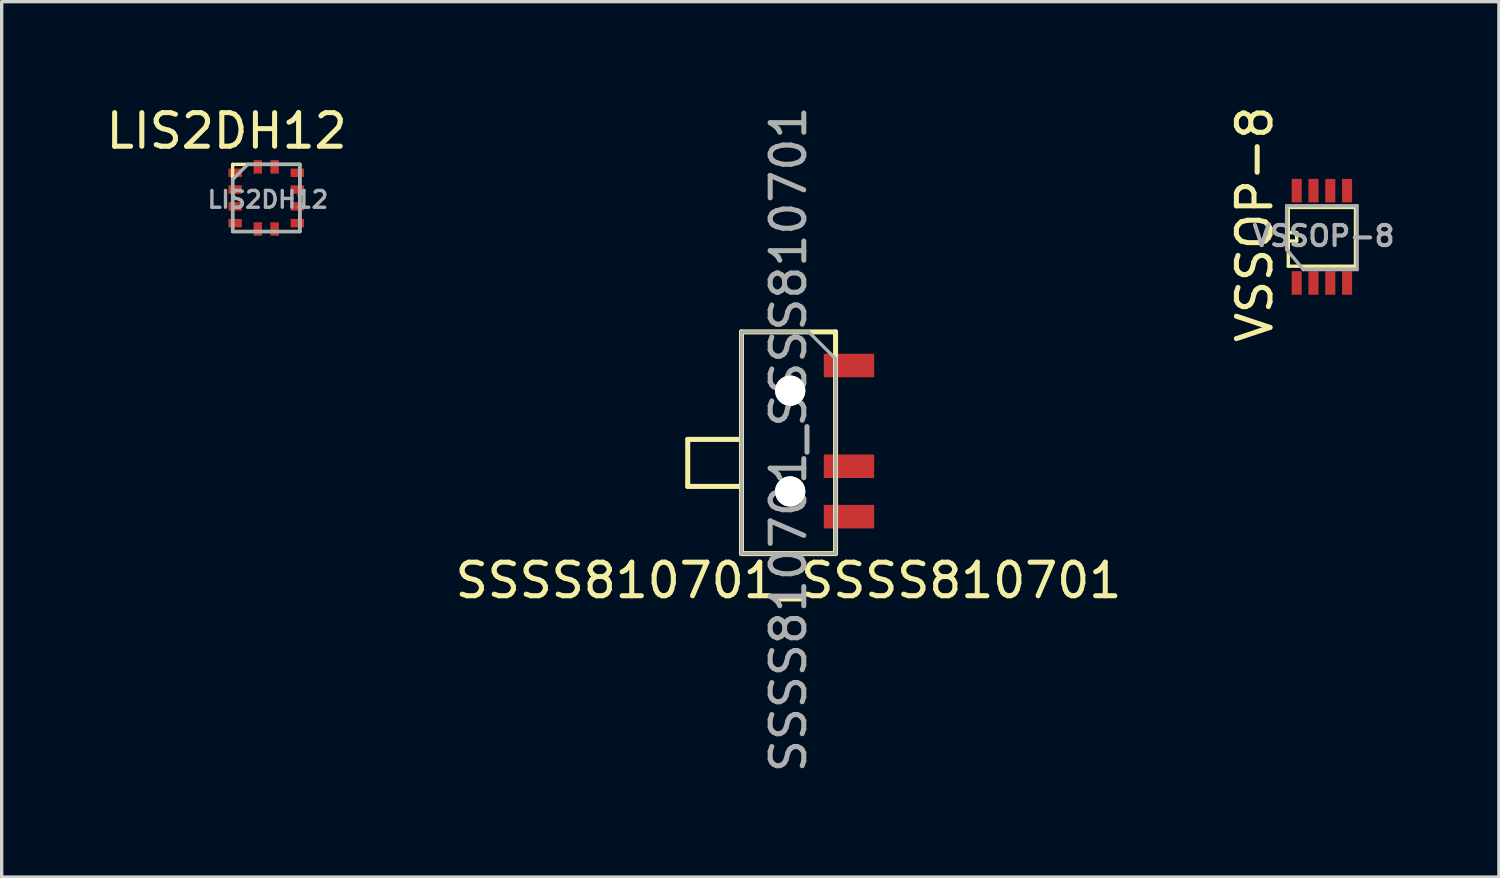
<source format=kicad_pcb>
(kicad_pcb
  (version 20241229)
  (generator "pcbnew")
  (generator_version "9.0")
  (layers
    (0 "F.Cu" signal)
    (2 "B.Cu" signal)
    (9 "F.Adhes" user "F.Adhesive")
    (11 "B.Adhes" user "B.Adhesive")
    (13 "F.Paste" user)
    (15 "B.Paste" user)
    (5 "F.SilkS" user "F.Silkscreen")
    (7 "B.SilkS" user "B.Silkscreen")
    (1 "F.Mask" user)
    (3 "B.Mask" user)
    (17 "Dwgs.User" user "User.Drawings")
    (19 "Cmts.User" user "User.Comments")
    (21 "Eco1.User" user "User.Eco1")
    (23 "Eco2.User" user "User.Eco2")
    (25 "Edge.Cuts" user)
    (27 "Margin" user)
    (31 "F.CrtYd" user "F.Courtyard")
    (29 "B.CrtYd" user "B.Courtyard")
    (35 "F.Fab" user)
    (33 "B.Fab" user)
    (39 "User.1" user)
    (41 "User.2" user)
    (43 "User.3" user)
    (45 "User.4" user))
  (footprint "SSSS810701_SSSS810701"
    (layer "F.Cu")
    (at 22.223 7.83)
    (property "Reference" "SSSS810701_SSSS810701" (at -1.8 6.4 0) (layer "F.SilkS") (effects (font (size 1 1) (thickness 0.15))))
    (attr through_hole)
    (fp_line (start -4.8 2.2) (end -4.8 3.6) (stroke (width 0.15) (type solid)) (layer "F.SilkS"))
    (fp_line (start -4.8 3.6) (end -3.2 3.6) (stroke (width 0.15) (type solid)) (layer "F.SilkS"))
    (fp_line (start -3.2 -1) (end -0.4 -1) (stroke (width 0.15) (type solid)) (layer "F.SilkS"))
    (fp_line (start -3.2 0.8) (end -3.2 -1) (stroke (width 0.15) (type solid)) (layer "F.SilkS"))
    (fp_line (start -3.2 2.2) (end -4.8 2.2) (stroke (width 0.15) (type solid)) (layer "F.SilkS"))
    (fp_line (start -3.2 5.6) (end -3.2 0.8) (stroke (width 0.15) (type solid)) (layer "F.SilkS"))
    (fp_line (start -0.4 -1) (end -0.4 5.6) (stroke (width 0.15) (type solid)) (layer "F.SilkS"))
    (fp_line (start -0.4 5.6) (end -3.2 5.6) (stroke (width 0.15) (type solid)) (layer "F.SilkS"))
    (fp_line (start -3.2 -1) (end -1.2 -1) (stroke (width 0.1) (type default)) (layer "F.Fab"))
    (fp_line (start -3.2 5.6) (end -3.2 -1) (stroke (width 0.1) (type default)) (layer "F.Fab"))
    (fp_line (start -1.2 -1) (end -0.4 -0.2) (stroke (width 0.1) (type default)) (layer "F.Fab"))
    (fp_line (start -0.4 -0.2) (end -0.4 5.6) (stroke (width 0.1) (type default)) (layer "F.Fab"))
    (fp_line (start -0.4 5.6) (end -3.2 5.6) (stroke (width 0.1) (type default)) (layer "F.Fab"))
    (fp_text user "${REFERENCE}" (at -1.8 2.2 90) (layer "F.Fab") (effects (font (size 1 1) (thickness 0.15))))
    (pad "" np_thru_hole circle (at -1.75 0.75) (size 0.9 0.9) (drill 0.9) (layers "*.Cu" "*.Mask" "F.SilkS"))
    (pad "" np_thru_hole circle (at -1.75 3.75) (size 0.9 0.9) (drill 0.9) (layers "*.Cu" "*.Mask" "F.SilkS"))
    (pad "1" smd rect (at 0 0) (size 1.5 0.7) (layers "F.Cu" "F.Mask" "F.Paste"))
    (pad "2" smd rect (at 0 3) (size 1.5 0.7) (layers "F.Cu" "F.Mask" "F.Paste"))
    (pad "3" smd rect (at 0 4.5) (size 1.5 0.7) (layers "F.Cu" "F.Mask" "F.Paste")))
  (footprint "VSSOP-8"
    (layer "F.Cu")
    (at 35.551 5.375)
    (property "Reference" "VSSOP-8" (at -1.25 -1.75 90) (layer "F.SilkS") (effects (font (size 1 1) (thickness 0.15))))
    (attr smd)
    (fp_line (start -0.25 -2.25) (end 1.75 -2.25) (stroke (width 0.1) (type solid)) (layer "F.SilkS"))
    (fp_line (start -0.25 -1.5) (end 0 -1.5) (stroke (width 0.1) (type solid)) (layer "F.SilkS"))
    (fp_line (start -0.25 -0.5) (end -0.25 -2.25) (stroke (width 0.1) (type solid)) (layer "F.SilkS"))
    (fp_line (start 0 -1.5) (end 0 -1.25) (stroke (width 0.1) (type solid)) (layer "F.SilkS"))
    (fp_line (start 0 -1.25) (end -0.25 -1.25) (stroke (width 0.1) (type solid)) (layer "F.SilkS"))
    (fp_line (start 1.75 -2.25) (end 1.75 -0.5) (stroke (width 0.1) (type solid)) (layer "F.SilkS"))
    (fp_line (start 1.75 -0.5) (end -0.25 -0.5) (stroke (width 0.1) (type solid)) (layer "F.SilkS"))
    (fp_line (start -0.3 -2.3) (end 1.8 -2.3) (stroke (width 0.1) (type default)) (layer "F.Fab"))
    (fp_line (start -0.3 -1) (end -0.3 -2.3) (stroke (width 0.1) (type default)) (layer "F.Fab"))
    (fp_line (start -0.3 -1) (end 0.2 -0.4) (stroke (width 0.1) (type default)) (layer "F.Fab"))
    (fp_line (start 1.8 -2.3) (end 1.8 -0.4) (stroke (width 0.1) (type default)) (layer "F.Fab"))
    (fp_line (start 1.8 -0.4) (end 0.2 -0.4) (stroke (width 0.1) (type default)) (layer "F.Fab"))
    (fp_text user "${REFERENCE}" (at 0.8 -1.4 0) (layer "F.Fab") (effects (font (size 0.6 0.6) (thickness 0.12) (bold yes))))
    (pad "1" smd rect (at 0 0) (size 0.3 0.7) (layers "F.Cu" "F.Mask" "F.Paste"))
    (pad "2" smd rect (at 0.5 0) (size 0.3 0.7) (layers "F.Cu" "F.Mask" "F.Paste"))
    (pad "3" smd rect (at 1 0) (size 0.3 0.7) (layers "F.Cu" "F.Mask" "F.Paste"))
    (pad "4" smd rect (at 1.5 0) (size 0.3 0.7) (layers "F.Cu" "F.Mask" "F.Paste"))
    (pad "5" smd rect (at 1.5 -2.75) (size 0.3 0.7) (layers "F.Cu" "F.Mask" "F.Paste"))
    (pad "6" smd rect (at 1 -2.75) (size 0.3 0.7) (layers "F.Cu" "F.Mask" "F.Paste"))
    (pad "7" smd rect (at 0.5 -2.75) (size 0.3 0.7) (layers "F.Cu" "F.Mask" "F.Paste"))
    (pad "8" smd rect (at 0 -2.75) (size 0.3 0.7) (layers "F.Cu" "F.Mask" "F.Paste")))
  (footprint "LIS2DH12"
    (layer "F.Cu")
    (at 3.925 2.093)
    (property "Reference" "LIS2DH12" (at -0.229 -1.245 0) (layer "F.SilkS") (effects (font (size 1 1) (thickness 0.15))))
    (attr through_hole)
    (fp_line (start -0.05 -0.25) (end 1.95 -0.25) (stroke (width 0.1) (type solid)) (layer "F.SilkS"))
    (fp_line (start -0.05 1.75) (end -0.05 -0.25) (stroke (width 0.1) (type solid)) (layer "F.SilkS"))
    (fp_line (start 1.95 -0.25) (end 1.95 1.75) (stroke (width 0.1) (type solid)) (layer "F.SilkS"))
    (fp_line (start 1.95 1.75) (end -0.05 1.75) (stroke (width 0.1) (type solid)) (layer "F.SilkS"))
    (fp_line (start -0.05 1.7) (end -0.05 0.2) (stroke (width 0.1) (type solid)) (layer "F.Fab"))
    (fp_line (start 0.4 -0.25) (end -0.05 0.2) (stroke (width 0.1) (type default)) (layer "F.Fab"))
    (fp_line (start 0.4 -0.25) (end 1.95 -0.25) (stroke (width 0.1) (type solid)) (layer "F.Fab"))
    (fp_line (start 1.95 -0.25) (end 1.95 1.7) (stroke (width 0.1) (type solid)) (layer "F.Fab"))
    (fp_line (start 1.95 1.75) (end -0.05 1.75) (stroke (width 0.1) (type solid)) (layer "F.Fab"))
    (fp_text user "${REFERENCE}" (at 1 0.8 0) (unlocked yes) (layer "F.Fab") (effects (font (size 0.5 0.5) (thickness 0.1) (bold yes))))
    (pad "1" smd rect (at 0.15 0) (size 0.4 0.25) (drill (offset -0.125 0)) (layers "F.Cu" "F.Mask" "F.Paste"))
    (pad "2" smd rect (at 0.15 0.5) (size 0.4 0.25) (drill (offset -0.125 0)) (layers "F.Cu" "F.Mask" "F.Paste"))
    (pad "3" smd rect (at 0.15 1) (size 0.4 0.25) (drill (offset -0.125 0)) (layers "F.Cu" "F.Mask" "F.Paste"))
    (pad "4" smd rect (at 0.15 1.5) (size 0.4 0.25) (drill (offset -0.125 0)) (layers "F.Cu" "F.Mask" "F.Paste"))
    (pad "5" smd rect (at 0.7 1.55) (size 0.25 0.4) (drill (offset 0 0.125)) (layers "F.Cu" "F.Mask" "F.Paste"))
    (pad "6" smd rect (at 1.2 1.55) (size 0.25 0.4) (drill (offset 0 0.125)) (layers "F.Cu" "F.Mask" "F.Paste"))
    (pad "7" smd rect (at 1.75 1.5) (size 0.4 0.25) (drill (offset 0.125 0)) (layers "F.Cu" "F.Mask" "F.Paste"))
    (pad "8" smd rect (at 1.75 1) (size 0.4 0.25) (drill (offset 0.125 0)) (layers "F.Cu" "F.Mask" "F.Paste"))
    (pad "9" smd rect (at 1.75 0.5) (size 0.4 0.25) (drill (offset 0.125 0)) (layers "F.Cu" "F.Mask" "F.Paste"))
    (pad "10" smd rect (at 1.75 0) (size 0.4 0.25) (drill (offset 0.125 0)) (layers "F.Cu" "F.Mask" "F.Paste"))
    (pad "11" smd rect (at 1.2 -0.05) (size 0.25 0.4) (drill (offset 0 -0.125)) (layers "F.Cu" "F.Mask" "F.Paste"))
    (pad "12" smd rect (at 0.7 -0.05) (size 0.25 0.4) (drill (offset 0 -0.125)) (layers "F.Cu" "F.Mask" "F.Paste")))
  (gr_rect
    (start -3 -3)
    (end 41.571 23.06)
    (stroke (width 0.1) (type default))
    (fill no)
    (layer "Edge.Cuts")))
</source>
